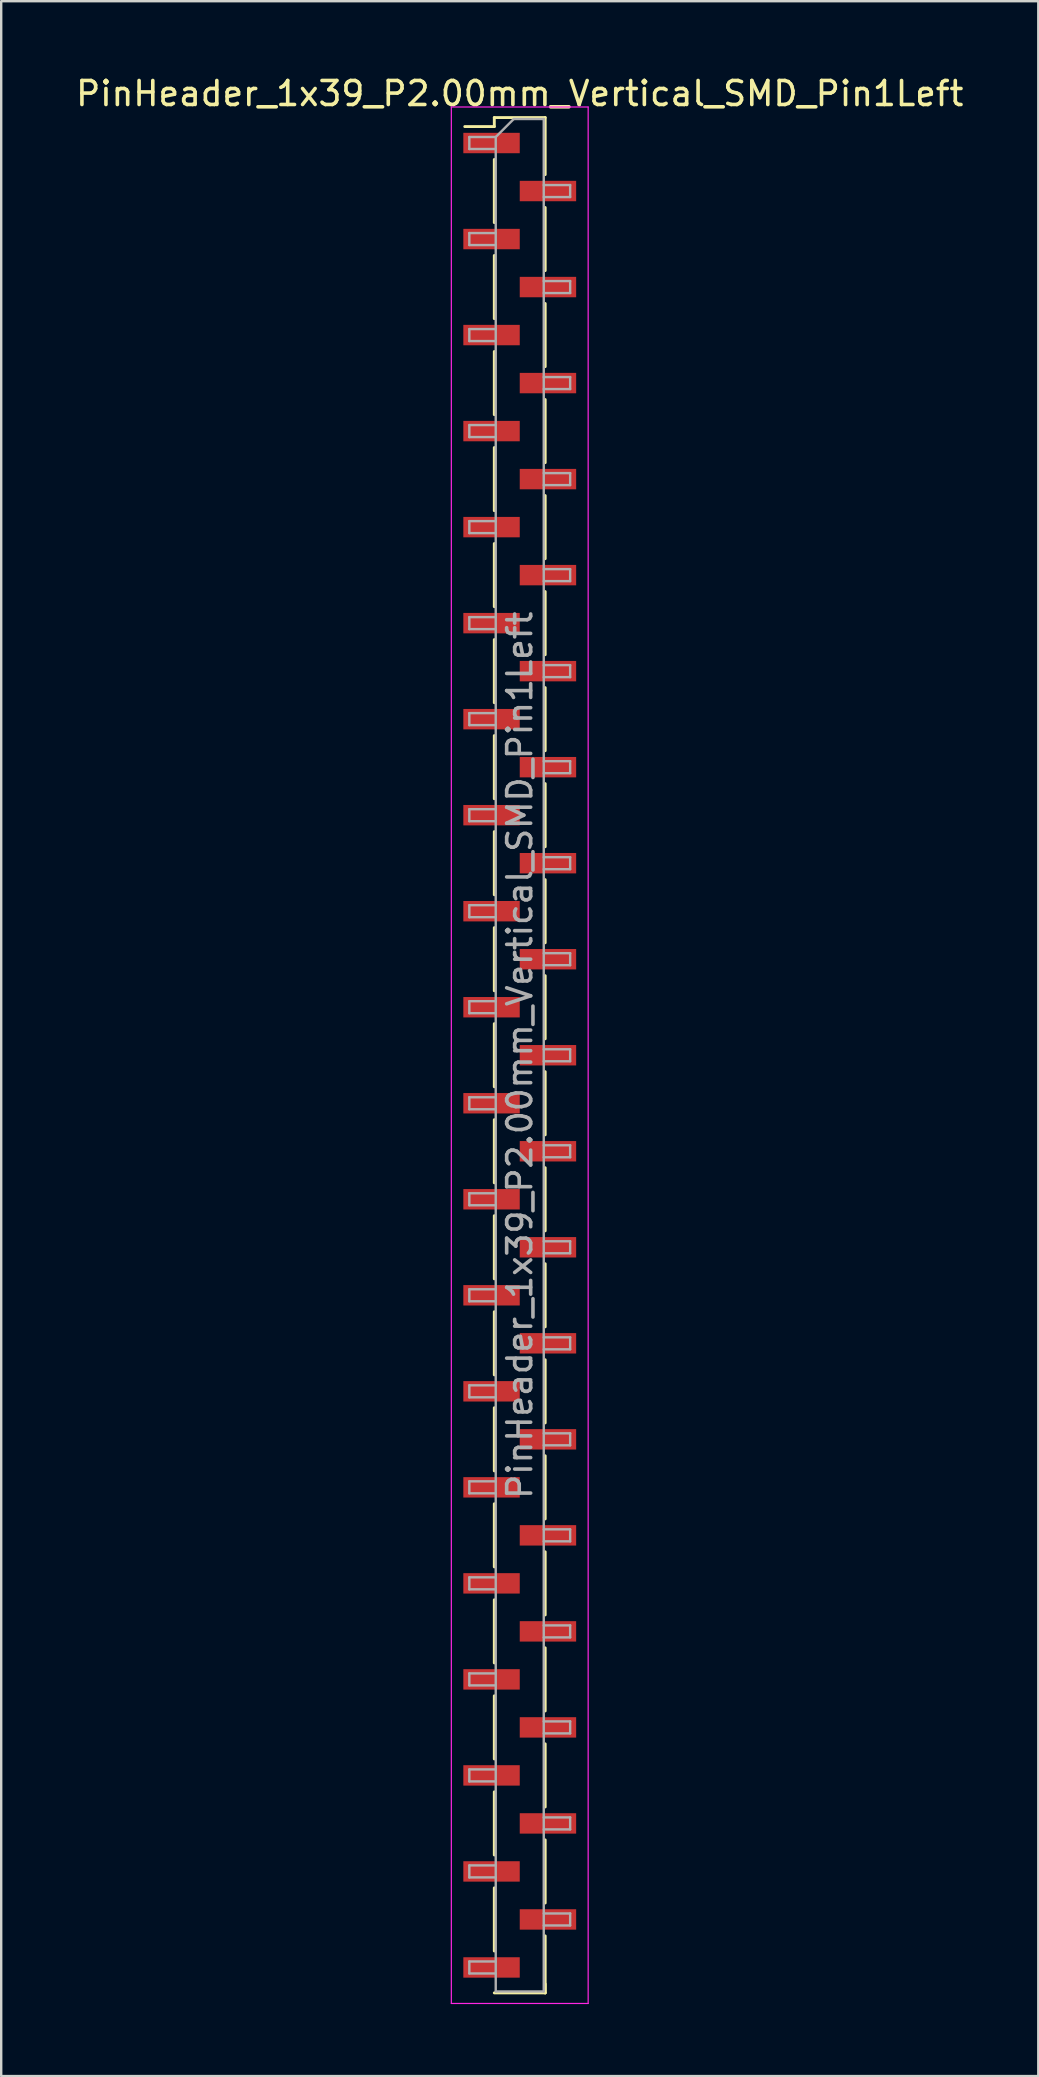
<source format=kicad_pcb>
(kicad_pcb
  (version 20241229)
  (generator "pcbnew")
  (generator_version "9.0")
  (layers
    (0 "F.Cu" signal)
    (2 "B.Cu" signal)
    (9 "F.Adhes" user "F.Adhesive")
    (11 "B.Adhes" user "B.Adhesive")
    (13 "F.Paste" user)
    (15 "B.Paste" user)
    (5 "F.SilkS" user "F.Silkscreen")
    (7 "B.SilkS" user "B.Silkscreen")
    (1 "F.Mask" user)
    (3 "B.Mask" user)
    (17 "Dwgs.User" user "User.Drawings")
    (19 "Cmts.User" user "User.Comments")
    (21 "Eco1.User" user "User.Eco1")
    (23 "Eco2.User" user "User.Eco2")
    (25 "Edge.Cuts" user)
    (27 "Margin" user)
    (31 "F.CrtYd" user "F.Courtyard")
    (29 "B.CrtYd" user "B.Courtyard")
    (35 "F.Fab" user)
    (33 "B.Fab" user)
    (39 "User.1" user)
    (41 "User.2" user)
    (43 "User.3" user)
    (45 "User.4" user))
  (footprint "PinHeader_1x39_P2.00mm_Vertical_SMD_Pin1Left"
    (layer "F.Cu")
    (at 18.601 40.908)
    (property "Reference" "PinHeader_1x39_P2.00mm_Vertical_SMD_Pin1Left" (at 0 -40.06 0) (layer "F.SilkS") (effects (font (size 1 1) (thickness 0.15))))
    (attr smd)
    (fp_line (start -1.06 -39.06) (end -1.06 -38.685) (stroke (width 0.12) (type solid)) (layer "F.SilkS"))
    (fp_line (start -1.06 -39.06) (end 1.06 -39.06) (stroke (width 0.12) (type solid)) (layer "F.SilkS"))
    (fp_line (start -1.06 -38.685) (end -2.29 -38.685) (stroke (width 0.12) (type solid)) (layer "F.SilkS"))
    (fp_line (start -1.06 -37.315) (end -1.06 -34.685) (stroke (width 0.12) (type solid)) (layer "F.SilkS"))
    (fp_line (start -1.06 -33.315) (end -1.06 -30.685) (stroke (width 0.12) (type solid)) (layer "F.SilkS"))
    (fp_line (start -1.06 -29.315) (end -1.06 -26.685) (stroke (width 0.12) (type solid)) (layer "F.SilkS"))
    (fp_line (start -1.06 -25.315) (end -1.06 -22.685) (stroke (width 0.12) (type solid)) (layer "F.SilkS"))
    (fp_line (start -1.06 -21.315) (end -1.06 -18.685) (stroke (width 0.12) (type solid)) (layer "F.SilkS"))
    (fp_line (start -1.06 -17.315) (end -1.06 -14.685) (stroke (width 0.12) (type solid)) (layer "F.SilkS"))
    (fp_line (start -1.06 -13.315) (end -1.06 -10.685) (stroke (width 0.12) (type solid)) (layer "F.SilkS"))
    (fp_line (start -1.06 -9.315) (end -1.06 -6.685) (stroke (width 0.12) (type solid)) (layer "F.SilkS"))
    (fp_line (start -1.06 -5.315) (end -1.06 -2.685) (stroke (width 0.12) (type solid)) (layer "F.SilkS"))
    (fp_line (start -1.06 -1.315) (end -1.06 1.315) (stroke (width 0.12) (type solid)) (layer "F.SilkS"))
    (fp_line (start -1.06 2.685) (end -1.06 5.315) (stroke (width 0.12) (type solid)) (layer "F.SilkS"))
    (fp_line (start -1.06 6.685) (end -1.06 9.315) (stroke (width 0.12) (type solid)) (layer "F.SilkS"))
    (fp_line (start -1.06 10.685) (end -1.06 13.315) (stroke (width 0.12) (type solid)) (layer "F.SilkS"))
    (fp_line (start -1.06 14.685) (end -1.06 17.315) (stroke (width 0.12) (type solid)) (layer "F.SilkS"))
    (fp_line (start -1.06 18.685) (end -1.06 21.315) (stroke (width 0.12) (type solid)) (layer "F.SilkS"))
    (fp_line (start -1.06 22.685) (end -1.06 25.315) (stroke (width 0.12) (type solid)) (layer "F.SilkS"))
    (fp_line (start -1.06 26.685) (end -1.06 29.315) (stroke (width 0.12) (type solid)) (layer "F.SilkS"))
    (fp_line (start -1.06 30.685) (end -1.06 33.315) (stroke (width 0.12) (type solid)) (layer "F.SilkS"))
    (fp_line (start -1.06 34.685) (end -1.06 37.315) (stroke (width 0.12) (type solid)) (layer "F.SilkS"))
    (fp_line (start -1.06 39.06) (end 1.06 39.06) (stroke (width 0.12) (type solid)) (layer "F.SilkS"))
    (fp_line (start 1.06 -39.06) (end 1.06 -36.685) (stroke (width 0.12) (type solid)) (layer "F.SilkS"))
    (fp_line (start 1.06 -35.315) (end 1.06 -32.685) (stroke (width 0.12) (type solid)) (layer "F.SilkS"))
    (fp_line (start 1.06 -31.315) (end 1.06 -28.685) (stroke (width 0.12) (type solid)) (layer "F.SilkS"))
    (fp_line (start 1.06 -27.315) (end 1.06 -24.685) (stroke (width 0.12) (type solid)) (layer "F.SilkS"))
    (fp_line (start 1.06 -23.315) (end 1.06 -20.685) (stroke (width 0.12) (type solid)) (layer "F.SilkS"))
    (fp_line (start 1.06 -19.315) (end 1.06 -16.685) (stroke (width 0.12) (type solid)) (layer "F.SilkS"))
    (fp_line (start 1.06 -15.315) (end 1.06 -12.685) (stroke (width 0.12) (type solid)) (layer "F.SilkS"))
    (fp_line (start 1.06 -11.315) (end 1.06 -8.685) (stroke (width 0.12) (type solid)) (layer "F.SilkS"))
    (fp_line (start 1.06 -7.315) (end 1.06 -4.685) (stroke (width 0.12) (type solid)) (layer "F.SilkS"))
    (fp_line (start 1.06 -3.315) (end 1.06 -0.685) (stroke (width 0.12) (type solid)) (layer "F.SilkS"))
    (fp_line (start 1.06 0.685) (end 1.06 3.315) (stroke (width 0.12) (type solid)) (layer "F.SilkS"))
    (fp_line (start 1.06 4.685) (end 1.06 7.315) (stroke (width 0.12) (type solid)) (layer "F.SilkS"))
    (fp_line (start 1.06 8.685) (end 1.06 11.315) (stroke (width 0.12) (type solid)) (layer "F.SilkS"))
    (fp_line (start 1.06 12.685) (end 1.06 15.315) (stroke (width 0.12) (type solid)) (layer "F.SilkS"))
    (fp_line (start 1.06 16.685) (end 1.06 19.315) (stroke (width 0.12) (type solid)) (layer "F.SilkS"))
    (fp_line (start 1.06 20.685) (end 1.06 23.315) (stroke (width 0.12) (type solid)) (layer "F.SilkS"))
    (fp_line (start 1.06 24.685) (end 1.06 27.315) (stroke (width 0.12) (type solid)) (layer "F.SilkS"))
    (fp_line (start 1.06 28.685) (end 1.06 31.315) (stroke (width 0.12) (type solid)) (layer "F.SilkS"))
    (fp_line (start 1.06 32.685) (end 1.06 35.315) (stroke (width 0.12) (type solid)) (layer "F.SilkS"))
    (fp_line (start 1.06 36.685) (end 1.06 39.06) (stroke (width 0.12) (type solid)) (layer "F.SilkS"))
    (fp_line (start 1.06 38.685) (end 1.06 39.06) (stroke (width 0.12) (type solid)) (layer "F.SilkS"))
    (fp_line (start -2.85 -39.5) (end -2.85 39.5) (stroke (width 0.05) (type solid)) (layer "F.CrtYd"))
    (fp_line (start -2.85 39.5) (end 2.85 39.5) (stroke (width 0.05) (type solid)) (layer "F.CrtYd"))
    (fp_line (start 2.85 -39.5) (end -2.85 -39.5) (stroke (width 0.05) (type solid)) (layer "F.CrtYd"))
    (fp_line (start 2.85 39.5) (end 2.85 -39.5) (stroke (width 0.05) (type solid)) (layer "F.CrtYd"))
    (fp_line (start -2.1 -38.25) (end -2.1 -37.75) (stroke (width 0.1) (type solid)) (layer "F.Fab"))
    (fp_line (start -2.1 -37.75) (end -1 -37.75) (stroke (width 0.1) (type solid)) (layer "F.Fab"))
    (fp_line (start -2.1 -34.25) (end -2.1 -33.75) (stroke (width 0.1) (type solid)) (layer "F.Fab"))
    (fp_line (start -2.1 -33.75) (end -1 -33.75) (stroke (width 0.1) (type solid)) (layer "F.Fab"))
    (fp_line (start -2.1 -30.25) (end -2.1 -29.75) (stroke (width 0.1) (type solid)) (layer "F.Fab"))
    (fp_line (start -2.1 -29.75) (end -1 -29.75) (stroke (width 0.1) (type solid)) (layer "F.Fab"))
    (fp_line (start -2.1 -26.25) (end -2.1 -25.75) (stroke (width 0.1) (type solid)) (layer "F.Fab"))
    (fp_line (start -2.1 -25.75) (end -1 -25.75) (stroke (width 0.1) (type solid)) (layer "F.Fab"))
    (fp_line (start -2.1 -22.25) (end -2.1 -21.75) (stroke (width 0.1) (type solid)) (layer "F.Fab"))
    (fp_line (start -2.1 -21.75) (end -1 -21.75) (stroke (width 0.1) (type solid)) (layer "F.Fab"))
    (fp_line (start -2.1 -18.25) (end -2.1 -17.75) (stroke (width 0.1) (type solid)) (layer "F.Fab"))
    (fp_line (start -2.1 -17.75) (end -1 -17.75) (stroke (width 0.1) (type solid)) (layer "F.Fab"))
    (fp_line (start -2.1 -14.25) (end -2.1 -13.75) (stroke (width 0.1) (type solid)) (layer "F.Fab"))
    (fp_line (start -2.1 -13.75) (end -1 -13.75) (stroke (width 0.1) (type solid)) (layer "F.Fab"))
    (fp_line (start -2.1 -10.25) (end -2.1 -9.75) (stroke (width 0.1) (type solid)) (layer "F.Fab"))
    (fp_line (start -2.1 -9.75) (end -1 -9.75) (stroke (width 0.1) (type solid)) (layer "F.Fab"))
    (fp_line (start -2.1 -6.25) (end -2.1 -5.75) (stroke (width 0.1) (type solid)) (layer "F.Fab"))
    (fp_line (start -2.1 -5.75) (end -1 -5.75) (stroke (width 0.1) (type solid)) (layer "F.Fab"))
    (fp_line (start -2.1 -2.25) (end -2.1 -1.75) (stroke (width 0.1) (type solid)) (layer "F.Fab"))
    (fp_line (start -2.1 -1.75) (end -1 -1.75) (stroke (width 0.1) (type solid)) (layer "F.Fab"))
    (fp_line (start -2.1 1.75) (end -2.1 2.25) (stroke (width 0.1) (type solid)) (layer "F.Fab"))
    (fp_line (start -2.1 2.25) (end -1 2.25) (stroke (width 0.1) (type solid)) (layer "F.Fab"))
    (fp_line (start -2.1 5.75) (end -2.1 6.25) (stroke (width 0.1) (type solid)) (layer "F.Fab"))
    (fp_line (start -2.1 6.25) (end -1 6.25) (stroke (width 0.1) (type solid)) (layer "F.Fab"))
    (fp_line (start -2.1 9.75) (end -2.1 10.25) (stroke (width 0.1) (type solid)) (layer "F.Fab"))
    (fp_line (start -2.1 10.25) (end -1 10.25) (stroke (width 0.1) (type solid)) (layer "F.Fab"))
    (fp_line (start -2.1 13.75) (end -2.1 14.25) (stroke (width 0.1) (type solid)) (layer "F.Fab"))
    (fp_line (start -2.1 14.25) (end -1 14.25) (stroke (width 0.1) (type solid)) (layer "F.Fab"))
    (fp_line (start -2.1 17.75) (end -2.1 18.25) (stroke (width 0.1) (type solid)) (layer "F.Fab"))
    (fp_line (start -2.1 18.25) (end -1 18.25) (stroke (width 0.1) (type solid)) (layer "F.Fab"))
    (fp_line (start -2.1 21.75) (end -2.1 22.25) (stroke (width 0.1) (type solid)) (layer "F.Fab"))
    (fp_line (start -2.1 22.25) (end -1 22.25) (stroke (width 0.1) (type solid)) (layer "F.Fab"))
    (fp_line (start -2.1 25.75) (end -2.1 26.25) (stroke (width 0.1) (type solid)) (layer "F.Fab"))
    (fp_line (start -2.1 26.25) (end -1 26.25) (stroke (width 0.1) (type solid)) (layer "F.Fab"))
    (fp_line (start -2.1 29.75) (end -2.1 30.25) (stroke (width 0.1) (type solid)) (layer "F.Fab"))
    (fp_line (start -2.1 30.25) (end -1 30.25) (stroke (width 0.1) (type solid)) (layer "F.Fab"))
    (fp_line (start -2.1 33.75) (end -2.1 34.25) (stroke (width 0.1) (type solid)) (layer "F.Fab"))
    (fp_line (start -2.1 34.25) (end -1 34.25) (stroke (width 0.1) (type solid)) (layer "F.Fab"))
    (fp_line (start -2.1 37.75) (end -2.1 38.25) (stroke (width 0.1) (type solid)) (layer "F.Fab"))
    (fp_line (start -2.1 38.25) (end -1 38.25) (stroke (width 0.1) (type solid)) (layer "F.Fab"))
    (fp_line (start -1 -38.25) (end -2.1 -38.25) (stroke (width 0.1) (type solid)) (layer "F.Fab"))
    (fp_line (start -1 -38.25) (end -0.25 -39) (stroke (width 0.1) (type solid)) (layer "F.Fab"))
    (fp_line (start -1 -34.25) (end -2.1 -34.25) (stroke (width 0.1) (type solid)) (layer "F.Fab"))
    (fp_line (start -1 -30.25) (end -2.1 -30.25) (stroke (width 0.1) (type solid)) (layer "F.Fab"))
    (fp_line (start -1 -26.25) (end -2.1 -26.25) (stroke (width 0.1) (type solid)) (layer "F.Fab"))
    (fp_line (start -1 -22.25) (end -2.1 -22.25) (stroke (width 0.1) (type solid)) (layer "F.Fab"))
    (fp_line (start -1 -18.25) (end -2.1 -18.25) (stroke (width 0.1) (type solid)) (layer "F.Fab"))
    (fp_line (start -1 -14.25) (end -2.1 -14.25) (stroke (width 0.1) (type solid)) (layer "F.Fab"))
    (fp_line (start -1 -10.25) (end -2.1 -10.25) (stroke (width 0.1) (type solid)) (layer "F.Fab"))
    (fp_line (start -1 -6.25) (end -2.1 -6.25) (stroke (width 0.1) (type solid)) (layer "F.Fab"))
    (fp_line (start -1 -2.25) (end -2.1 -2.25) (stroke (width 0.1) (type solid)) (layer "F.Fab"))
    (fp_line (start -1 1.75) (end -2.1 1.75) (stroke (width 0.1) (type solid)) (layer "F.Fab"))
    (fp_line (start -1 5.75) (end -2.1 5.75) (stroke (width 0.1) (type solid)) (layer "F.Fab"))
    (fp_line (start -1 9.75) (end -2.1 9.75) (stroke (width 0.1) (type solid)) (layer "F.Fab"))
    (fp_line (start -1 13.75) (end -2.1 13.75) (stroke (width 0.1) (type solid)) (layer "F.Fab"))
    (fp_line (start -1 17.75) (end -2.1 17.75) (stroke (width 0.1) (type solid)) (layer "F.Fab"))
    (fp_line (start -1 21.75) (end -2.1 21.75) (stroke (width 0.1) (type solid)) (layer "F.Fab"))
    (fp_line (start -1 25.75) (end -2.1 25.75) (stroke (width 0.1) (type solid)) (layer "F.Fab"))
    (fp_line (start -1 29.75) (end -2.1 29.75) (stroke (width 0.1) (type solid)) (layer "F.Fab"))
    (fp_line (start -1 33.75) (end -2.1 33.75) (stroke (width 0.1) (type solid)) (layer "F.Fab"))
    (fp_line (start -1 37.75) (end -2.1 37.75) (stroke (width 0.1) (type solid)) (layer "F.Fab"))
    (fp_line (start -1 39) (end -1 -38.25) (stroke (width 0.1) (type solid)) (layer "F.Fab"))
    (fp_line (start -0.25 -39) (end 1 -39) (stroke (width 0.1) (type solid)) (layer "F.Fab"))
    (fp_line (start 1 -39) (end 1 39) (stroke (width 0.1) (type solid)) (layer "F.Fab"))
    (fp_line (start 1 -36.25) (end 2.1 -36.25) (stroke (width 0.1) (type solid)) (layer "F.Fab"))
    (fp_line (start 1 -32.25) (end 2.1 -32.25) (stroke (width 0.1) (type solid)) (layer "F.Fab"))
    (fp_line (start 1 -28.25) (end 2.1 -28.25) (stroke (width 0.1) (type solid)) (layer "F.Fab"))
    (fp_line (start 1 -24.25) (end 2.1 -24.25) (stroke (width 0.1) (type solid)) (layer "F.Fab"))
    (fp_line (start 1 -20.25) (end 2.1 -20.25) (stroke (width 0.1) (type solid)) (layer "F.Fab"))
    (fp_line (start 1 -16.25) (end 2.1 -16.25) (stroke (width 0.1) (type solid)) (layer "F.Fab"))
    (fp_line (start 1 -12.25) (end 2.1 -12.25) (stroke (width 0.1) (type solid)) (layer "F.Fab"))
    (fp_line (start 1 -8.25) (end 2.1 -8.25) (stroke (width 0.1) (type solid)) (layer "F.Fab"))
    (fp_line (start 1 -4.25) (end 2.1 -4.25) (stroke (width 0.1) (type solid)) (layer "F.Fab"))
    (fp_line (start 1 -0.25) (end 2.1 -0.25) (stroke (width 0.1) (type solid)) (layer "F.Fab"))
    (fp_line (start 1 3.75) (end 2.1 3.75) (stroke (width 0.1) (type solid)) (layer "F.Fab"))
    (fp_line (start 1 7.75) (end 2.1 7.75) (stroke (width 0.1) (type solid)) (layer "F.Fab"))
    (fp_line (start 1 11.75) (end 2.1 11.75) (stroke (width 0.1) (type solid)) (layer "F.Fab"))
    (fp_line (start 1 15.75) (end 2.1 15.75) (stroke (width 0.1) (type solid)) (layer "F.Fab"))
    (fp_line (start 1 19.75) (end 2.1 19.75) (stroke (width 0.1) (type solid)) (layer "F.Fab"))
    (fp_line (start 1 23.75) (end 2.1 23.75) (stroke (width 0.1) (type solid)) (layer "F.Fab"))
    (fp_line (start 1 27.75) (end 2.1 27.75) (stroke (width 0.1) (type solid)) (layer "F.Fab"))
    (fp_line (start 1 31.75) (end 2.1 31.75) (stroke (width 0.1) (type solid)) (layer "F.Fab"))
    (fp_line (start 1 35.75) (end 2.1 35.75) (stroke (width 0.1) (type solid)) (layer "F.Fab"))
    (fp_line (start 1 39) (end -1 39) (stroke (width 0.1) (type solid)) (layer "F.Fab"))
    (fp_line (start 2.1 -36.25) (end 2.1 -35.75) (stroke (width 0.1) (type solid)) (layer "F.Fab"))
    (fp_line (start 2.1 -35.75) (end 1 -35.75) (stroke (width 0.1) (type solid)) (layer "F.Fab"))
    (fp_line (start 2.1 -32.25) (end 2.1 -31.75) (stroke (width 0.1) (type solid)) (layer "F.Fab"))
    (fp_line (start 2.1 -31.75) (end 1 -31.75) (stroke (width 0.1) (type solid)) (layer "F.Fab"))
    (fp_line (start 2.1 -28.25) (end 2.1 -27.75) (stroke (width 0.1) (type solid)) (layer "F.Fab"))
    (fp_line (start 2.1 -27.75) (end 1 -27.75) (stroke (width 0.1) (type solid)) (layer "F.Fab"))
    (fp_line (start 2.1 -24.25) (end 2.1 -23.75) (stroke (width 0.1) (type solid)) (layer "F.Fab"))
    (fp_line (start 2.1 -23.75) (end 1 -23.75) (stroke (width 0.1) (type solid)) (layer "F.Fab"))
    (fp_line (start 2.1 -20.25) (end 2.1 -19.75) (stroke (width 0.1) (type solid)) (layer "F.Fab"))
    (fp_line (start 2.1 -19.75) (end 1 -19.75) (stroke (width 0.1) (type solid)) (layer "F.Fab"))
    (fp_line (start 2.1 -16.25) (end 2.1 -15.75) (stroke (width 0.1) (type solid)) (layer "F.Fab"))
    (fp_line (start 2.1 -15.75) (end 1 -15.75) (stroke (width 0.1) (type solid)) (layer "F.Fab"))
    (fp_line (start 2.1 -12.25) (end 2.1 -11.75) (stroke (width 0.1) (type solid)) (layer "F.Fab"))
    (fp_line (start 2.1 -11.75) (end 1 -11.75) (stroke (width 0.1) (type solid)) (layer "F.Fab"))
    (fp_line (start 2.1 -8.25) (end 2.1 -7.75) (stroke (width 0.1) (type solid)) (layer "F.Fab"))
    (fp_line (start 2.1 -7.75) (end 1 -7.75) (stroke (width 0.1) (type solid)) (layer "F.Fab"))
    (fp_line (start 2.1 -4.25) (end 2.1 -3.75) (stroke (width 0.1) (type solid)) (layer "F.Fab"))
    (fp_line (start 2.1 -3.75) (end 1 -3.75) (stroke (width 0.1) (type solid)) (layer "F.Fab"))
    (fp_line (start 2.1 -0.25) (end 2.1 0.25) (stroke (width 0.1) (type solid)) (layer "F.Fab"))
    (fp_line (start 2.1 0.25) (end 1 0.25) (stroke (width 0.1) (type solid)) (layer "F.Fab"))
    (fp_line (start 2.1 3.75) (end 2.1 4.25) (stroke (width 0.1) (type solid)) (layer "F.Fab"))
    (fp_line (start 2.1 4.25) (end 1 4.25) (stroke (width 0.1) (type solid)) (layer "F.Fab"))
    (fp_line (start 2.1 7.75) (end 2.1 8.25) (stroke (width 0.1) (type solid)) (layer "F.Fab"))
    (fp_line (start 2.1 8.25) (end 1 8.25) (stroke (width 0.1) (type solid)) (layer "F.Fab"))
    (fp_line (start 2.1 11.75) (end 2.1 12.25) (stroke (width 0.1) (type solid)) (layer "F.Fab"))
    (fp_line (start 2.1 12.25) (end 1 12.25) (stroke (width 0.1) (type solid)) (layer "F.Fab"))
    (fp_line (start 2.1 15.75) (end 2.1 16.25) (stroke (width 0.1) (type solid)) (layer "F.Fab"))
    (fp_line (start 2.1 16.25) (end 1 16.25) (stroke (width 0.1) (type solid)) (layer "F.Fab"))
    (fp_line (start 2.1 19.75) (end 2.1 20.25) (stroke (width 0.1) (type solid)) (layer "F.Fab"))
    (fp_line (start 2.1 20.25) (end 1 20.25) (stroke (width 0.1) (type solid)) (layer "F.Fab"))
    (fp_line (start 2.1 23.75) (end 2.1 24.25) (stroke (width 0.1) (type solid)) (layer "F.Fab"))
    (fp_line (start 2.1 24.25) (end 1 24.25) (stroke (width 0.1) (type solid)) (layer "F.Fab"))
    (fp_line (start 2.1 27.75) (end 2.1 28.25) (stroke (width 0.1) (type solid)) (layer "F.Fab"))
    (fp_line (start 2.1 28.25) (end 1 28.25) (stroke (width 0.1) (type solid)) (layer "F.Fab"))
    (fp_line (start 2.1 31.75) (end 2.1 32.25) (stroke (width 0.1) (type solid)) (layer "F.Fab"))
    (fp_line (start 2.1 32.25) (end 1 32.25) (stroke (width 0.1) (type solid)) (layer "F.Fab"))
    (fp_line (start 2.1 35.75) (end 2.1 36.25) (stroke (width 0.1) (type solid)) (layer "F.Fab"))
    (fp_line (start 2.1 36.25) (end 1 36.25) (stroke (width 0.1) (type solid)) (layer "F.Fab"))
    (fp_text user "${REFERENCE}" (at 0 0 90) (layer "F.Fab") (effects (font (size 1 1) (thickness 0.15))))
    (pad "1" smd rect (at -1.175 -38) (size 2.35 0.85) (layers "F.Cu" "F.Mask" "F.Paste"))
    (pad "2" smd rect (at 1.175 -36) (size 2.35 0.85) (layers "F.Cu" "F.Mask" "F.Paste"))
    (pad "3" smd rect (at -1.175 -34) (size 2.35 0.85) (layers "F.Cu" "F.Mask" "F.Paste"))
    (pad "4" smd rect (at 1.175 -32) (size 2.35 0.85) (layers "F.Cu" "F.Mask" "F.Paste"))
    (pad "5" smd rect (at -1.175 -30) (size 2.35 0.85) (layers "F.Cu" "F.Mask" "F.Paste"))
    (pad "6" smd rect (at 1.175 -28) (size 2.35 0.85) (layers "F.Cu" "F.Mask" "F.Paste"))
    (pad "7" smd rect (at -1.175 -26) (size 2.35 0.85) (layers "F.Cu" "F.Mask" "F.Paste"))
    (pad "8" smd rect (at 1.175 -24) (size 2.35 0.85) (layers "F.Cu" "F.Mask" "F.Paste"))
    (pad "9" smd rect (at -1.175 -22) (size 2.35 0.85) (layers "F.Cu" "F.Mask" "F.Paste"))
    (pad "10" smd rect (at 1.175 -20) (size 2.35 0.85) (layers "F.Cu" "F.Mask" "F.Paste"))
    (pad "11" smd rect (at -1.175 -18) (size 2.35 0.85) (layers "F.Cu" "F.Mask" "F.Paste"))
    (pad "12" smd rect (at 1.175 -16) (size 2.35 0.85) (layers "F.Cu" "F.Mask" "F.Paste"))
    (pad "13" smd rect (at -1.175 -14) (size 2.35 0.85) (layers "F.Cu" "F.Mask" "F.Paste"))
    (pad "14" smd rect (at 1.175 -12) (size 2.35 0.85) (layers "F.Cu" "F.Mask" "F.Paste"))
    (pad "15" smd rect (at -1.175 -10) (size 2.35 0.85) (layers "F.Cu" "F.Mask" "F.Paste"))
    (pad "16" smd rect (at 1.175 -8) (size 2.35 0.85) (layers "F.Cu" "F.Mask" "F.Paste"))
    (pad "17" smd rect (at -1.175 -6) (size 2.35 0.85) (layers "F.Cu" "F.Mask" "F.Paste"))
    (pad "18" smd rect (at 1.175 -4) (size 2.35 0.85) (layers "F.Cu" "F.Mask" "F.Paste"))
    (pad "19" smd rect (at -1.175 -2) (size 2.35 0.85) (layers "F.Cu" "F.Mask" "F.Paste"))
    (pad "20" smd rect (at 1.175 0) (size 2.35 0.85) (layers "F.Cu" "F.Mask" "F.Paste"))
    (pad "21" smd rect (at -1.175 2) (size 2.35 0.85) (layers "F.Cu" "F.Mask" "F.Paste"))
    (pad "22" smd rect (at 1.175 4) (size 2.35 0.85) (layers "F.Cu" "F.Mask" "F.Paste"))
    (pad "23" smd rect (at -1.175 6) (size 2.35 0.85) (layers "F.Cu" "F.Mask" "F.Paste"))
    (pad "24" smd rect (at 1.175 8) (size 2.35 0.85) (layers "F.Cu" "F.Mask" "F.Paste"))
    (pad "25" smd rect (at -1.175 10) (size 2.35 0.85) (layers "F.Cu" "F.Mask" "F.Paste"))
    (pad "26" smd rect (at 1.175 12) (size 2.35 0.85) (layers "F.Cu" "F.Mask" "F.Paste"))
    (pad "27" smd rect (at -1.175 14) (size 2.35 0.85) (layers "F.Cu" "F.Mask" "F.Paste"))
    (pad "28" smd rect (at 1.175 16) (size 2.35 0.85) (layers "F.Cu" "F.Mask" "F.Paste"))
    (pad "29" smd rect (at -1.175 18) (size 2.35 0.85) (layers "F.Cu" "F.Mask" "F.Paste"))
    (pad "30" smd rect (at 1.175 20) (size 2.35 0.85) (layers "F.Cu" "F.Mask" "F.Paste"))
    (pad "31" smd rect (at -1.175 22) (size 2.35 0.85) (layers "F.Cu" "F.Mask" "F.Paste"))
    (pad "32" smd rect (at 1.175 24) (size 2.35 0.85) (layers "F.Cu" "F.Mask" "F.Paste"))
    (pad "33" smd rect (at -1.175 26) (size 2.35 0.85) (layers "F.Cu" "F.Mask" "F.Paste"))
    (pad "34" smd rect (at 1.175 28) (size 2.35 0.85) (layers "F.Cu" "F.Mask" "F.Paste"))
    (pad "35" smd rect (at -1.175 30) (size 2.35 0.85) (layers "F.Cu" "F.Mask" "F.Paste"))
    (pad "36" smd rect (at 1.175 32) (size 2.35 0.85) (layers "F.Cu" "F.Mask" "F.Paste"))
    (pad "37" smd rect (at -1.175 34) (size 2.35 0.85) (layers "F.Cu" "F.Mask" "F.Paste"))
    (pad "38" smd rect (at 1.175 36) (size 2.35 0.85) (layers "F.Cu" "F.Mask" "F.Paste"))
    (pad "39" smd rect (at -1.175 38) (size 2.35 0.85) (layers "F.Cu" "F.Mask" "F.Paste")))
  (gr_rect
    (start -3 -3)
    (end 40.202 83.433)
    (stroke (width 0.1) (type default))
    (fill no)
    (layer "Edge.Cuts")))
</source>
